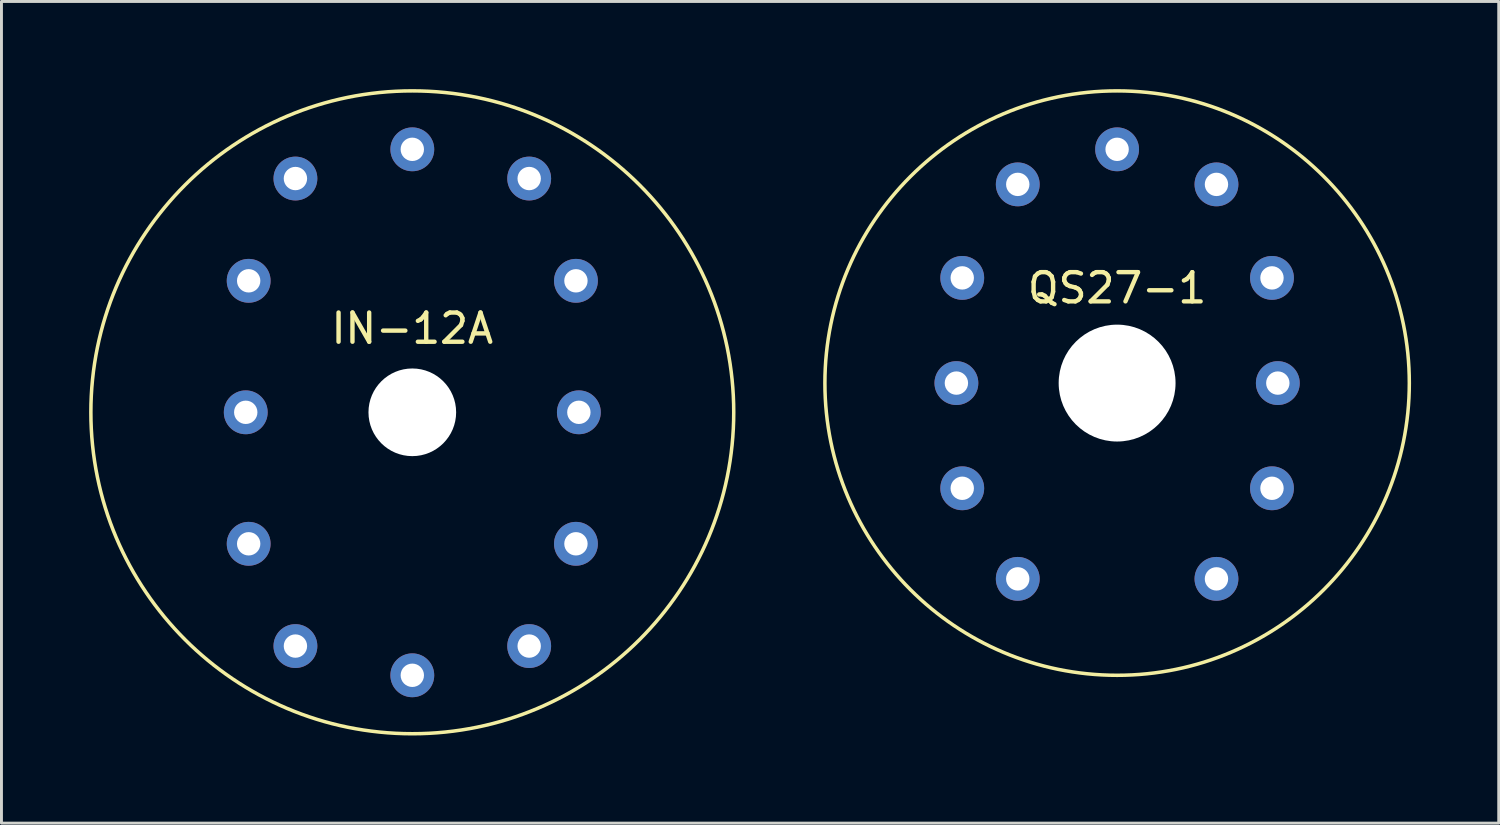
<source format=kicad_pcb>
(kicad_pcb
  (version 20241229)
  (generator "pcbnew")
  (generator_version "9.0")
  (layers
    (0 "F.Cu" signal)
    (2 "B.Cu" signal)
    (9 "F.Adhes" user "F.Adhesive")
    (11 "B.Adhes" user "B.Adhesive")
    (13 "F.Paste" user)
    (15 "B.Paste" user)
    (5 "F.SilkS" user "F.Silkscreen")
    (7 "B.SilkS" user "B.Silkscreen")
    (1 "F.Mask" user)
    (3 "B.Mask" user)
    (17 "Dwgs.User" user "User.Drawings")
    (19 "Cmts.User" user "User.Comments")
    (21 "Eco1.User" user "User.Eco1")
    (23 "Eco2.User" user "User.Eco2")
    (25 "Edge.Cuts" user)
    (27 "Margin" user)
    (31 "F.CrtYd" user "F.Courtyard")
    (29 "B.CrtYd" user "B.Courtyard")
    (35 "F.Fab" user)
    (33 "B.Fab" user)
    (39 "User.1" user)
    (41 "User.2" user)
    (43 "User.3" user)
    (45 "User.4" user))
  (footprint "QS27-1"
    (layer "F.Cu")
    (at 35.18 10.06)
    (property "Reference" "QS27-1" (at 0 -3.251 0) (layer "F.SilkS") (effects (font (size 1 1) (thickness 0.15))))
    (attr through_hole)
    (fp_circle (center 0 0) (end 10 0) (stroke (width 0.12) (type solid)) (fill no) (layer "F.SilkS"))
    (pad "" np_thru_hole circle (at 0 0) (size 4 4) (drill 4) (layers "*.Cu" "*.Mask"))
    (pad "0" thru_hole circle (at 5.3 3.6) (size 1.5 1.5) (drill 0.8) (layers "*.Cu" "*.Mask"))
    (pad "1" thru_hole circle (at -3.4 6.7) (size 1.5 1.5) (drill 0.8) (layers "*.Cu" "*.Mask"))
    (pad "2" thru_hole circle (at -5.3 3.6) (size 1.5 1.5) (drill 0.8) (layers "*.Cu" "*.Mask"))
    (pad "3" thru_hole circle (at -5.5 0) (size 1.5 1.5) (drill 0.8) (layers "*.Cu" "*.Mask"))
    (pad "4" thru_hole circle (at -5.3 -3.6) (size 1.5 1.5) (drill 0.8) (layers "*.Cu" "*.Mask"))
    (pad "5" thru_hole circle (at -3.4 -6.8) (size 1.5 1.5) (drill 0.8) (layers "*.Cu" "*.Mask"))
    (pad "6" thru_hole circle (at 0 -8) (size 1.5 1.5) (drill 0.8) (layers "*.Cu" "*.Mask"))
    (pad "7" thru_hole circle (at 3.4 -6.8) (size 1.5 1.5) (drill 0.8) (layers "*.Cu" "*.Mask"))
    (pad "8" thru_hole circle (at 5.3 -3.6) (size 1.5 1.5) (drill 0.8) (layers "*.Cu" "*.Mask"))
    (pad "9" thru_hole circle (at 5.5 0) (size 1.5 1.5) (drill 0.8) (layers "*.Cu" "*.Mask"))
    (pad "A" thru_hole circle (at 3.4 6.7) (size 1.5 1.5) (drill 0.8) (layers "*.Cu" "*.Mask")))
  (footprint "IN-12A"
    (layer "F.Cu")
    (at 11.06 11.06)
    (property "Reference" "IN-12A" (at 0 -2.87 0) (layer "F.SilkS") (effects (font (size 1 1) (thickness 0.15))))
    (attr through_hole)
    (fp_circle (center 0 0) (end 11 0) (stroke (width 0.12) (type solid)) (fill no) (layer "F.SilkS"))
    (pad "" np_thru_hole circle (at 0 0) (size 3 3) (drill 3) (layers "*.Cu" "*.Mask"))
    (pad "0" thru_hole circle (at -5.6 4.5) (size 1.5 1.5) (drill 0.8) (layers "*.Cu" "*.Mask"))
    (pad "1" thru_hole circle (at 4 8) (size 1.5 1.5) (drill 0.8) (layers "*.Cu" "*.Mask"))
    (pad "2" thru_hole circle (at 5.6 4.5) (size 1.5 1.5) (drill 0.8) (layers "*.Cu" "*.Mask"))
    (pad "3" thru_hole circle (at 5.7 0) (size 1.5 1.5) (drill 0.8) (layers "*.Cu" "*.Mask"))
    (pad "4" thru_hole circle (at 5.6 -4.5) (size 1.5 1.5) (drill 0.8) (layers "*.Cu" "*.Mask"))
    (pad "5" thru_hole circle (at 4 -8) (size 1.5 1.5) (drill 0.8) (layers "*.Cu" "*.Mask"))
    (pad "6" thru_hole circle (at 0 -9) (size 1.5 1.5) (drill 0.8) (layers "*.Cu" "*.Mask"))
    (pad "7" thru_hole circle (at -4 -8) (size 1.5 1.5) (drill 0.8) (layers "*.Cu" "*.Mask"))
    (pad "8" thru_hole circle (at -5.6 -4.5) (size 1.5 1.5) (drill 0.8) (layers "*.Cu" "*.Mask"))
    (pad "9" thru_hole circle (at -5.7 0) (size 1.5 1.5) (drill 0.8) (layers "*.Cu" "*.Mask"))
    (pad "A" thru_hole circle (at -4 8) (size 1.5 1.5) (drill 0.8) (layers "*.Cu" "*.Mask"))
    (pad "DP" thru_hole circle (at 0 9) (size 1.5 1.5) (drill 0.8) (layers "*.Cu" "*.Mask")))
  (gr_rect
    (start -3 -3)
    (end 48.24 25.12)
    (stroke (width 0.1) (type default))
    (fill no)
    (layer "Edge.Cuts")))
</source>
